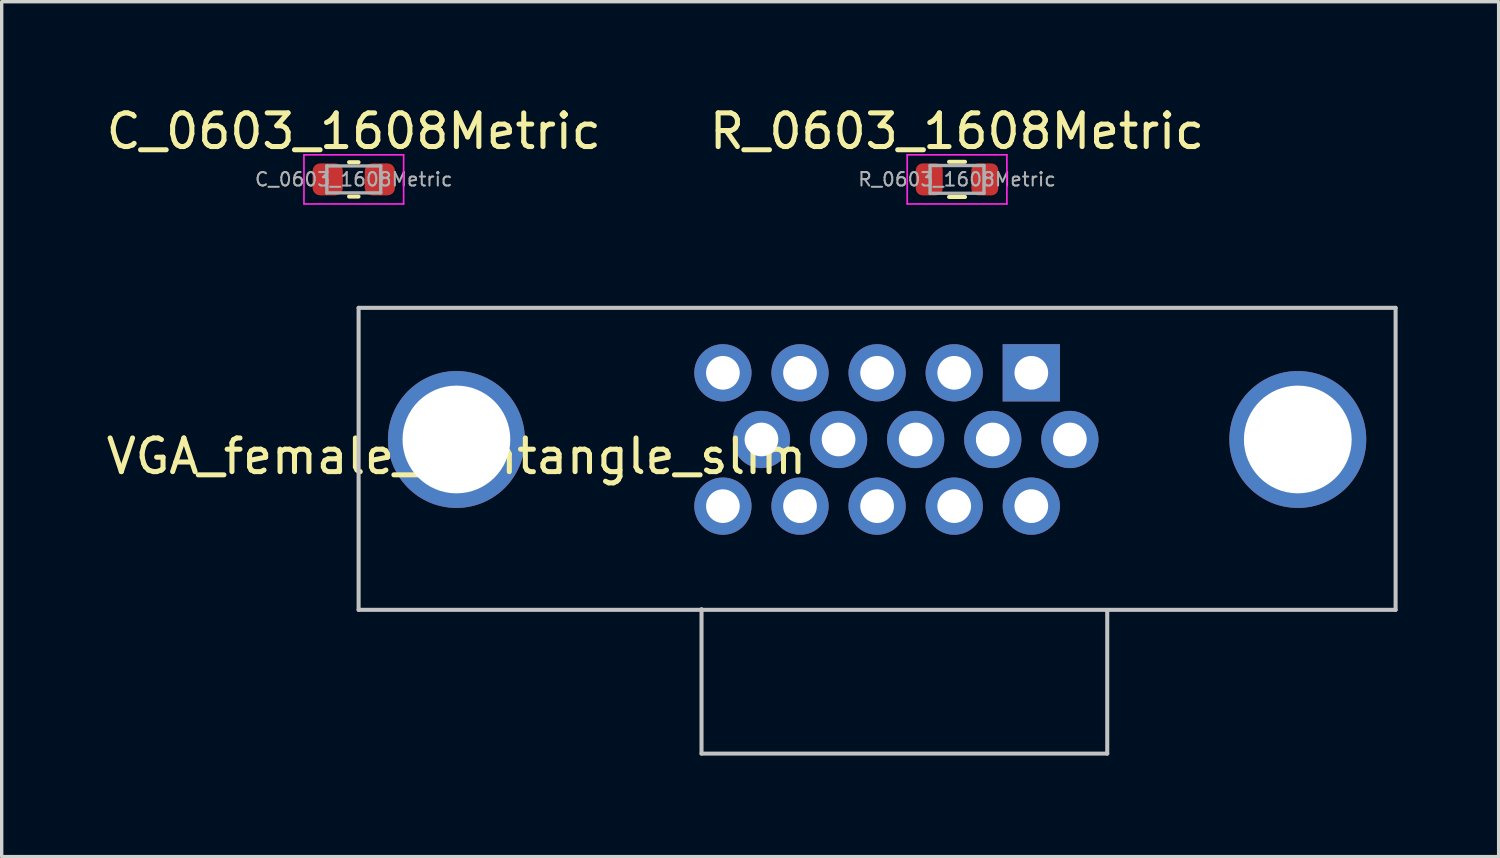
<source format=kicad_pcb>
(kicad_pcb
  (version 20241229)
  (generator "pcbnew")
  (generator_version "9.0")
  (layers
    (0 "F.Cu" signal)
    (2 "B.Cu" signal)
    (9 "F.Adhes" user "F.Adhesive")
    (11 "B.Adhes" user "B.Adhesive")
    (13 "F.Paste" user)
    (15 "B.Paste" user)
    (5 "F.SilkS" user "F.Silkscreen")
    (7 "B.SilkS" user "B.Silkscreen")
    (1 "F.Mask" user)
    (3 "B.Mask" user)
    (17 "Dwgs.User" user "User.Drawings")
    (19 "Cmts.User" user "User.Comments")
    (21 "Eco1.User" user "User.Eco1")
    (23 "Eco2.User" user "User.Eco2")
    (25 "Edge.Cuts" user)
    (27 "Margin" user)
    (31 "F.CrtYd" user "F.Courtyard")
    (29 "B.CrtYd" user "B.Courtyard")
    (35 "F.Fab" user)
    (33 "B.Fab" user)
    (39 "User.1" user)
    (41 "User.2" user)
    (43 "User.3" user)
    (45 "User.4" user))
  (footprint "R_0603_1608Metric"
    (layer "F.Cu")
    (at 25.375 2.278)
    (property "Reference" "R_0603_1608Metric" (at 0 -1.43 0) (layer "F.SilkS") (effects (font (size 1 1) (thickness 0.15))))
    (attr smd)
    (fp_line (start -0.237 -0.522) (end 0.237 -0.522) (stroke (width 0.12) (type solid)) (layer "F.SilkS"))
    (fp_line (start -0.237 0.522) (end 0.237 0.522) (stroke (width 0.12) (type solid)) (layer "F.SilkS"))
    (fp_line (start -1.48 -0.73) (end 1.48 -0.73) (stroke (width 0.05) (type solid)) (layer "F.CrtYd"))
    (fp_line (start -1.48 0.73) (end -1.48 -0.73) (stroke (width 0.05) (type solid)) (layer "F.CrtYd"))
    (fp_line (start 1.48 -0.73) (end 1.48 0.73) (stroke (width 0.05) (type solid)) (layer "F.CrtYd"))
    (fp_line (start 1.48 0.73) (end -1.48 0.73) (stroke (width 0.05) (type solid)) (layer "F.CrtYd"))
    (fp_line (start -0.8 -0.412) (end 0.8 -0.412) (stroke (width 0.1) (type solid)) (layer "F.Fab"))
    (fp_line (start -0.8 0.412) (end -0.8 -0.412) (stroke (width 0.1) (type solid)) (layer "F.Fab"))
    (fp_line (start 0.8 -0.412) (end 0.8 0.412) (stroke (width 0.1) (type solid)) (layer "F.Fab"))
    (fp_line (start 0.8 0.412) (end -0.8 0.412) (stroke (width 0.1) (type solid)) (layer "F.Fab"))
    (fp_text user "${REFERENCE}" (at 0 0 0) (layer "F.Fab") (effects (font (size 0.4 0.4) (thickness 0.06))))
    (pad "1" smd roundrect (at -0.825 0) (size 0.8 0.95) (layers "F.Cu" "F.Mask" "F.Paste") (roundrect_rratio 0.25))
    (pad "2" smd roundrect (at 0.825 0) (size 0.8 0.95) (layers "F.Cu" "F.Mask" "F.Paste") (roundrect_rratio 0.25)))
  (footprint "C_0603_1608Metric"
    (layer "F.Cu")
    (at 7.458 2.278)
    (property "Reference" "C_0603_1608Metric" (at 0 -1.43 0) (layer "F.SilkS") (effects (font (size 1 1) (thickness 0.15))))
    (attr smd)
    (fp_line (start -0.141 -0.51) (end 0.141 -0.51) (stroke (width 0.12) (type solid)) (layer "F.SilkS"))
    (fp_line (start -0.141 0.51) (end 0.141 0.51) (stroke (width 0.12) (type solid)) (layer "F.SilkS"))
    (fp_line (start -1.48 -0.73) (end 1.48 -0.73) (stroke (width 0.05) (type solid)) (layer "F.CrtYd"))
    (fp_line (start -1.48 0.73) (end -1.48 -0.73) (stroke (width 0.05) (type solid)) (layer "F.CrtYd"))
    (fp_line (start 1.48 -0.73) (end 1.48 0.73) (stroke (width 0.05) (type solid)) (layer "F.CrtYd"))
    (fp_line (start 1.48 0.73) (end -1.48 0.73) (stroke (width 0.05) (type solid)) (layer "F.CrtYd"))
    (fp_line (start -0.8 -0.4) (end 0.8 -0.4) (stroke (width 0.1) (type solid)) (layer "F.Fab"))
    (fp_line (start -0.8 0.4) (end -0.8 -0.4) (stroke (width 0.1) (type solid)) (layer "F.Fab"))
    (fp_line (start 0.8 -0.4) (end 0.8 0.4) (stroke (width 0.1) (type solid)) (layer "F.Fab"))
    (fp_line (start 0.8 0.4) (end -0.8 0.4) (stroke (width 0.1) (type solid)) (layer "F.Fab"))
    (fp_text user "${REFERENCE}" (at 0 0 0) (layer "F.Fab") (effects (font (size 0.4 0.4) (thickness 0.06))))
    (pad "1" smd roundrect (at -0.775 0) (size 0.9 0.95) (layers "F.Cu" "F.Mask" "F.Paste") (roundrect_rratio 0.25))
    (pad "2" smd roundrect (at 0.775 0) (size 0.9 0.95) (layers "F.Cu" "F.Mask" "F.Paste") (roundrect_rratio 0.25)))
  (footprint "VGA_female_rightangle_slim"
    (layer "F.Cu")
    (at 10.506 10.003)
    (property "Reference" "VGA_female_rightangle_slim" (at 0 0.5 0) (layer "F.SilkS") (effects (font (size 1 1) (thickness 0.15))))
    (attr through_hole)
    (fp_line (start -2.905 -3.91) (end -2.905 5.06) (stroke (width 0.12) (type solid)) (layer "Dwgs.User"))
    (fp_line (start -2.905 -3.91) (end 27.895 -3.91) (stroke (width 0.12) (type solid)) (layer "Dwgs.User"))
    (fp_line (start -2.905 5.06) (end 27.895 5.06) (stroke (width 0.12) (type solid)) (layer "Dwgs.User"))
    (fp_line (start 7.28 9.33) (end 7.28 5.04) (stroke (width 0.12) (type solid)) (layer "Dwgs.User"))
    (fp_line (start 19.33 5.08) (end 19.33 9.33) (stroke (width 0.12) (type solid)) (layer "Dwgs.User"))
    (fp_line (start 19.33 9.33) (end 7.28 9.33) (stroke (width 0.12) (type solid)) (layer "Dwgs.User"))
    (fp_line (start 27.895 -3.91) (end 27.895 5.06) (stroke (width 0.12) (type solid)) (layer "Dwgs.User"))
    (pad "1" thru_hole rect (at 17.075 -1.98 180) (size 1.7 1.7) (drill 1) (layers "*.Cu" "*.Mask"))
    (pad "2" thru_hole circle (at 14.785 -1.98 180) (size 1.7 1.7) (drill 1) (layers "*.Cu" "*.Mask"))
    (pad "3" thru_hole circle (at 12.495 -1.98 180) (size 1.7 1.7) (drill 1) (layers "*.Cu" "*.Mask"))
    (pad "4" thru_hole circle (at 10.205 -1.98 180) (size 1.7 1.7) (drill 1) (layers "*.Cu" "*.Mask"))
    (pad "5" thru_hole circle (at 7.915 -1.98 180) (size 1.7 1.7) (drill 1) (layers "*.Cu" "*.Mask"))
    (pad "6" thru_hole circle (at 18.22 0 180) (size 1.7 1.7) (drill 1) (layers "*.Cu" "*.Mask"))
    (pad "7" thru_hole circle (at 15.93 0 180) (size 1.7 1.7) (drill 1) (layers "*.Cu" "*.Mask"))
    (pad "8" thru_hole circle (at 13.64 0 180) (size 1.7 1.7) (drill 1) (layers "*.Cu" "*.Mask"))
    (pad "9" thru_hole circle (at 11.35 0 180) (size 1.7 1.7) (drill 1) (layers "*.Cu" "*.Mask"))
    (pad "10" thru_hole circle (at 9.06 0 180) (size 1.7 1.7) (drill 1) (layers "*.Cu" "*.Mask"))
    (pad "11" thru_hole circle (at 17.075 1.98 180) (size 1.7 1.7) (drill 1) (layers "*.Cu" "*.Mask"))
    (pad "12" thru_hole circle (at 14.785 1.98 180) (size 1.7 1.7) (drill 1) (layers "*.Cu" "*.Mask"))
    (pad "13" thru_hole circle (at 12.495 1.98 180) (size 1.7 1.7) (drill 1) (layers "*.Cu" "*.Mask"))
    (pad "14" thru_hole circle (at 10.205 1.98 180) (size 1.7 1.7) (drill 1) (layers "*.Cu" "*.Mask"))
    (pad "15" thru_hole circle (at 7.915 1.98 180) (size 1.7 1.7) (drill 1) (layers "*.Cu" "*.Mask"))
    (pad "S1" thru_hole circle (at 0 0) (size 4.066 4.066) (drill 3.2) (layers "*.Cu" "*.Mask"))
    (pad "S2" thru_hole circle (at 24.99 0) (size 4.066 4.066) (drill 3.2) (layers "*.Cu" "*.Mask")))
  (gr_rect
    (start -3 -3)
    (end 41.461 22.393)
    (stroke (width 0.1) (type default))
    (fill no)
    (layer "Edge.Cuts")))
</source>
